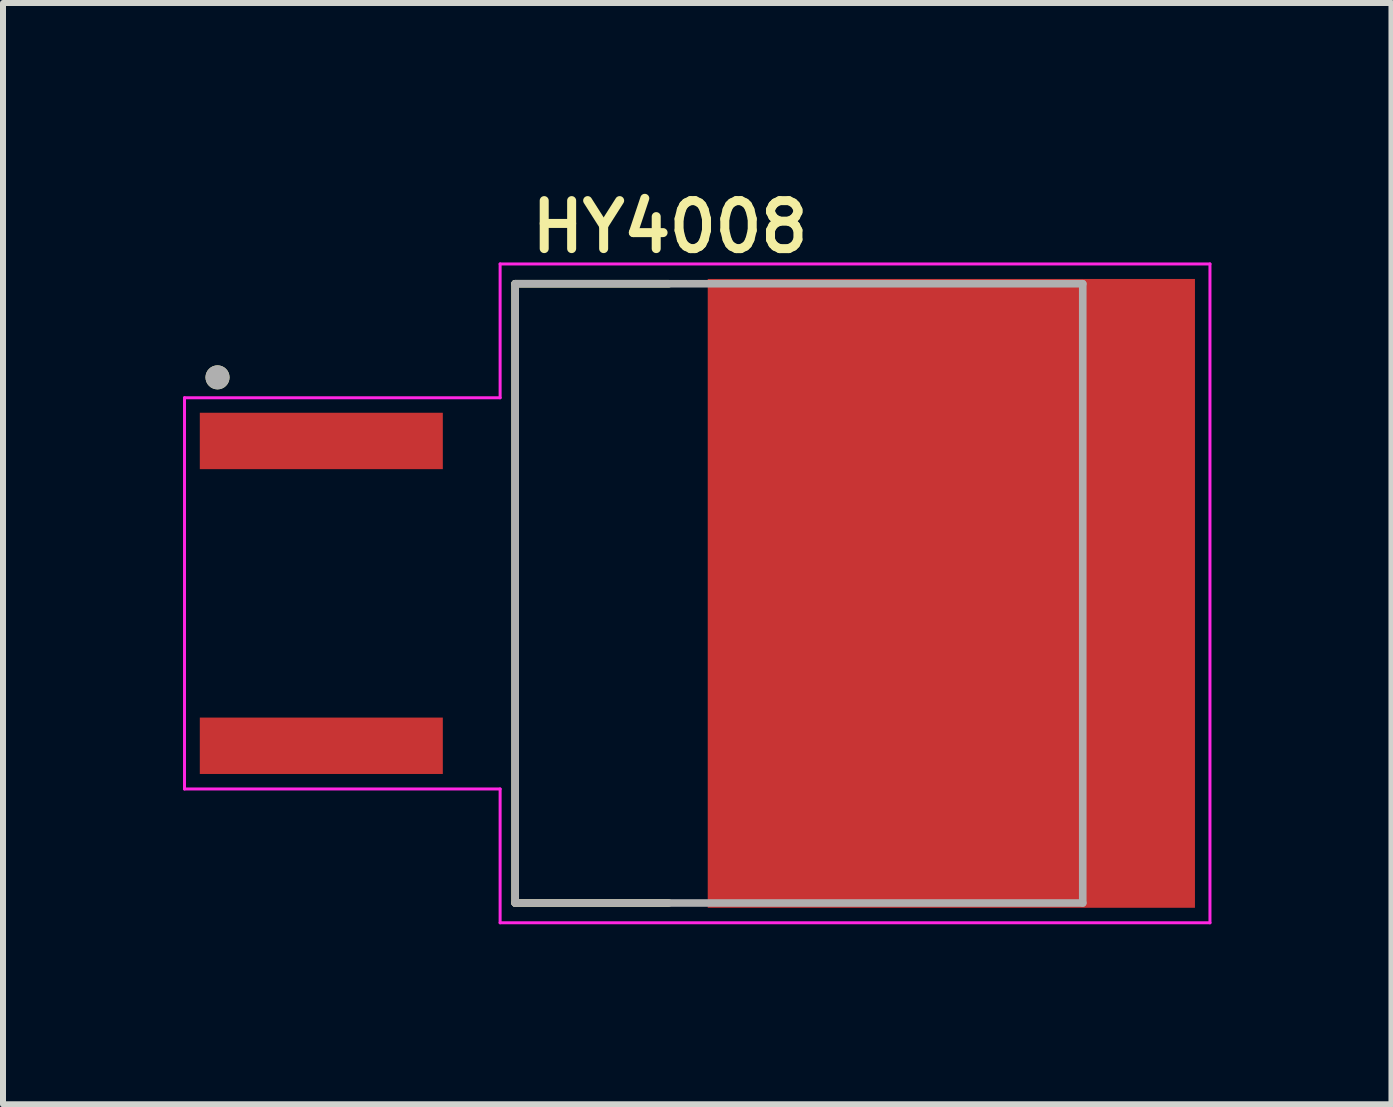
<source format=kicad_pcb>
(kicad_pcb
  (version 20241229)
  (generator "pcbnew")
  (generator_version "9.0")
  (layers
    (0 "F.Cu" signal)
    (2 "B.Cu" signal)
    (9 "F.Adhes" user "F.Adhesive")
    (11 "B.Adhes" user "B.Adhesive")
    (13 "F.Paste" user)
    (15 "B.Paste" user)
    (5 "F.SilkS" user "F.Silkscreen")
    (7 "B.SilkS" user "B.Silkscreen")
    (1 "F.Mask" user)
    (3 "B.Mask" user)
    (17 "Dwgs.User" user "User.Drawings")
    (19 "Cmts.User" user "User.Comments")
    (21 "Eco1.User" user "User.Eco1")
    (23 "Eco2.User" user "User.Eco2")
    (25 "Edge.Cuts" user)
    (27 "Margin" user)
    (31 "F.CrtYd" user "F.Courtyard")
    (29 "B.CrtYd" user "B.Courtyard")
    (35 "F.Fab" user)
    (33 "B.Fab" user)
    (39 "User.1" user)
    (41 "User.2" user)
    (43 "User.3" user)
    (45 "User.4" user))
  (footprint "HY4008"
    (layer "F.Cu")
    (at 8.575 6.839)
    (property "Reference" "HY4008" (at -0.46 -6.108 0) (layer "F.SilkS") (effects (font (size 0.8 0.8) (thickness 0.15))))
    (attr smd)
    (fp_line (start -3.04 -5.16) (end -3.04 5.16) (stroke (width 0.127) (type solid)) (layer "F.SilkS"))
    (fp_line (start -3.04 5.16) (end -0.48 5.16) (stroke (width 0.127) (type solid)) (layer "F.SilkS"))
    (fp_line (start -0.48 -5.16) (end -3.04 -5.16) (stroke (width 0.127) (type solid)) (layer "F.SilkS"))
    (fp_circle (center -8 -3.6) (end -7.9 -3.6) (stroke (width 0.2) (type solid)) (fill no) (layer "F.SilkS"))
    (fp_poly (pts (xy 0.725 -4.915) (xy 2.315 -4.915) (xy 2.315 -3.485) (xy 0.725 -3.485)) (stroke (width 0.01) (type solid)) (fill yes) (layer "F.Paste"))
    (fp_poly (pts (xy 0.725 -2.815) (xy 2.315 -2.815) (xy 2.315 -1.385) (xy 0.725 -1.385)) (stroke (width 0.01) (type solid)) (fill yes) (layer "F.Paste"))
    (fp_poly (pts (xy 0.725 -0.715) (xy 2.315 -0.715) (xy 2.315 0.715) (xy 0.725 0.715)) (stroke (width 0.01) (type solid)) (fill yes) (layer "F.Paste"))
    (fp_poly (pts (xy 0.725 1.385) (xy 2.315 1.385) (xy 2.315 2.815) (xy 0.725 2.815)) (stroke (width 0.01) (type solid)) (fill yes) (layer "F.Paste"))
    (fp_poly (pts (xy 0.725 3.485) (xy 2.315 3.485) (xy 2.315 4.915) (xy 0.725 4.915)) (stroke (width 0.01) (type solid)) (fill yes) (layer "F.Paste"))
    (fp_poly (pts (xy 3.435 -4.915) (xy 5.025 -4.915) (xy 5.025 -3.485) (xy 3.435 -3.485)) (stroke (width 0.01) (type solid)) (fill yes) (layer "F.Paste"))
    (fp_poly (pts (xy 3.435 -2.815) (xy 5.025 -2.815) (xy 5.025 -1.385) (xy 3.435 -1.385)) (stroke (width 0.01) (type solid)) (fill yes) (layer "F.Paste"))
    (fp_poly (pts (xy 3.435 -0.715) (xy 5.025 -0.715) (xy 5.025 0.715) (xy 3.435 0.715)) (stroke (width 0.01) (type solid)) (fill yes) (layer "F.Paste"))
    (fp_poly (pts (xy 3.435 1.385) (xy 5.025 1.385) (xy 5.025 2.815) (xy 3.435 2.815)) (stroke (width 0.01) (type solid)) (fill yes) (layer "F.Paste"))
    (fp_poly (pts (xy 3.435 3.485) (xy 5.025 3.485) (xy 5.025 4.915) (xy 3.435 4.915)) (stroke (width 0.01) (type solid)) (fill yes) (layer "F.Paste"))
    (fp_poly (pts (xy 6.145 -4.915) (xy 7.735 -4.915) (xy 7.735 -3.485) (xy 6.145 -3.485)) (stroke (width 0.01) (type solid)) (fill yes) (layer "F.Paste"))
    (fp_poly (pts (xy 6.145 -2.815) (xy 7.735 -2.815) (xy 7.735 -1.385) (xy 6.145 -1.385)) (stroke (width 0.01) (type solid)) (fill yes) (layer "F.Paste"))
    (fp_poly (pts (xy 6.145 -0.715) (xy 7.735 -0.715) (xy 7.735 0.715) (xy 6.145 0.715)) (stroke (width 0.01) (type solid)) (fill yes) (layer "F.Paste"))
    (fp_poly (pts (xy 6.145 1.385) (xy 7.735 1.385) (xy 7.735 2.815) (xy 6.145 2.815)) (stroke (width 0.01) (type solid)) (fill yes) (layer "F.Paste"))
    (fp_poly (pts (xy 6.145 3.485) (xy 7.735 3.485) (xy 7.735 4.915) (xy 6.145 4.915)) (stroke (width 0.01) (type solid)) (fill yes) (layer "F.Paste"))
    (fp_line (start -8.55 -3.26) (end -8.55 3.26) (stroke (width 0.05) (type solid)) (layer "F.CrtYd"))
    (fp_line (start -8.55 3.26) (end -3.29 3.26) (stroke (width 0.05) (type solid)) (layer "F.CrtYd"))
    (fp_line (start -3.29 -5.49) (end -3.29 -3.26) (stroke (width 0.05) (type solid)) (layer "F.CrtYd"))
    (fp_line (start -3.29 -3.26) (end -8.55 -3.26) (stroke (width 0.05) (type solid)) (layer "F.CrtYd"))
    (fp_line (start -3.29 3.26) (end -3.29 5.49) (stroke (width 0.05) (type solid)) (layer "F.CrtYd"))
    (fp_line (start -3.29 5.49) (end 8.54 5.49) (stroke (width 0.05) (type solid)) (layer "F.CrtYd"))
    (fp_line (start 8.54 -5.49) (end -3.29 -5.49) (stroke (width 0.05) (type solid)) (layer "F.CrtYd"))
    (fp_line (start 8.54 5.49) (end 8.54 -5.49) (stroke (width 0.05) (type solid)) (layer "F.CrtYd"))
    (fp_line (start -3.04 -5.16) (end -3.04 5.16) (stroke (width 0.127) (type solid)) (layer "F.Fab"))
    (fp_line (start -3.04 5.16) (end 6.42 5.16) (stroke (width 0.127) (type solid)) (layer "F.Fab"))
    (fp_line (start 6.42 -5.16) (end -3.04 -5.16) (stroke (width 0.127) (type solid)) (layer "F.Fab"))
    (fp_line (start 6.42 5.16) (end 6.42 -5.16) (stroke (width 0.127) (type solid)) (layer "F.Fab"))
    (fp_circle (center -8 -3.6) (end -7.9 -3.6) (stroke (width 0.2) (type solid)) (fill no) (layer "F.Fab"))
    (pad "1" smd rect (at -6.27 -2.54) (size 4.05 0.94) (layers "F.Cu" "F.Mask" "F.Paste"))
    (pad "2" smd rect (at 4.23 0) (size 8.12 10.48) (layers "F.Cu" "F.Mask"))
    (pad "3" smd rect (at -6.27 2.54) (size 4.05 0.94) (layers "F.Cu" "F.Mask" "F.Paste")))
  (gr_rect
    (start -3 -3)
    (end 20.14 15.354)
    (stroke (width 0.1) (type default))
    (fill no)
    (layer "Edge.Cuts")))
</source>
